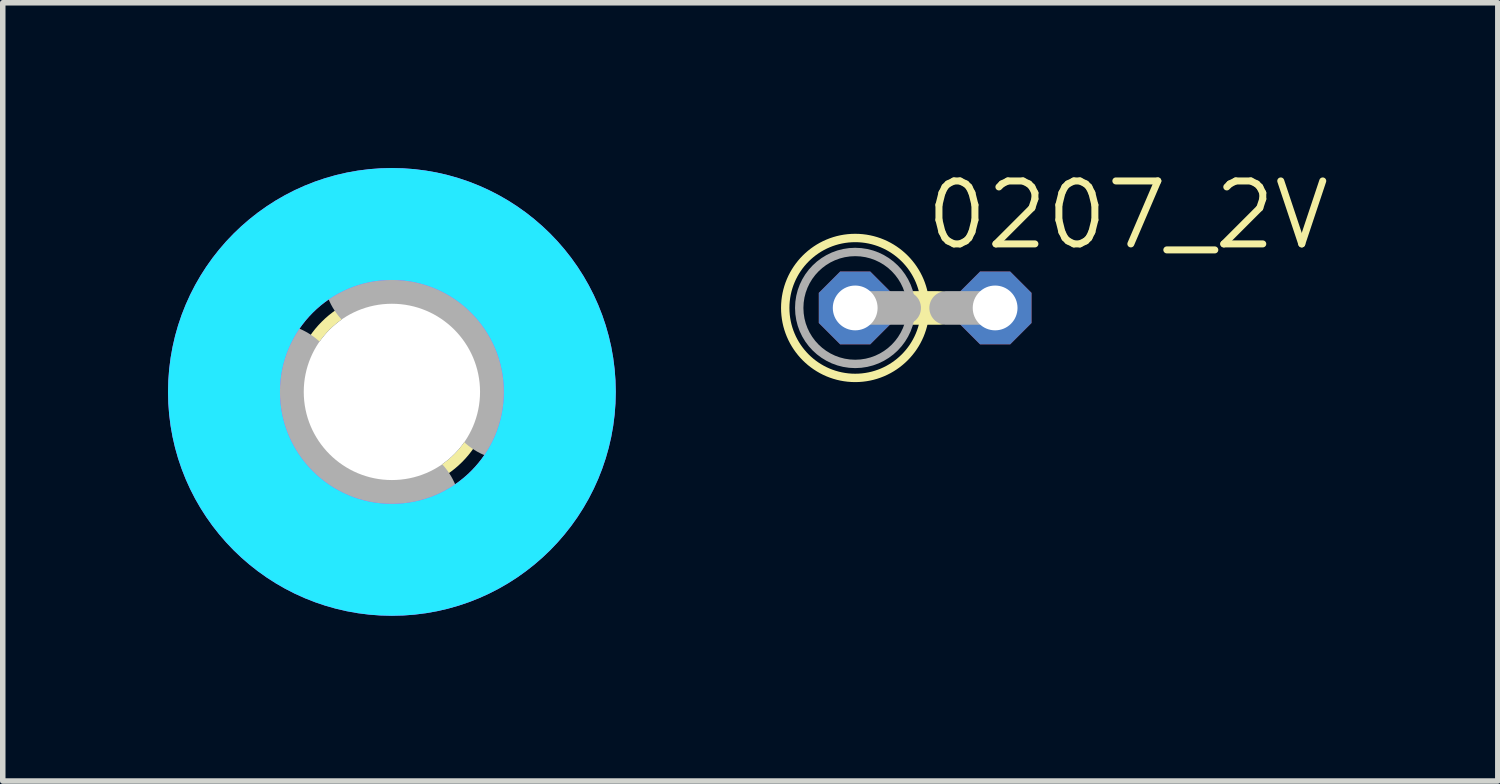
<source format=kicad_pcb>
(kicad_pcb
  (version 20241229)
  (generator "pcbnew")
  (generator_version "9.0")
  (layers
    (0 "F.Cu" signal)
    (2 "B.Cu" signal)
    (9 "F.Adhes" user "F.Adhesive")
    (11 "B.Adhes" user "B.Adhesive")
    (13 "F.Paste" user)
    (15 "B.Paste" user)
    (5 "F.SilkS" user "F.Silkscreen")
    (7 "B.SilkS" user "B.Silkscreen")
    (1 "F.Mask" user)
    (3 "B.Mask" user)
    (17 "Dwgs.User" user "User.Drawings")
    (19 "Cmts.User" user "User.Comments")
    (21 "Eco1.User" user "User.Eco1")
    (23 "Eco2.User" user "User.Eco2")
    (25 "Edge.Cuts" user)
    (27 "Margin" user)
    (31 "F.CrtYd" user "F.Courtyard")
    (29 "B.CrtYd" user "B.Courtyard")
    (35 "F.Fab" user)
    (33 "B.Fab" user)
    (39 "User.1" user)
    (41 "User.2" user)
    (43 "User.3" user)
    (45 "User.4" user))
  (footprint "0207_2V"
    (layer "F.Cu")
    (at 13.744 2.54)
    (property "Reference" "0207_2V" (at -0.051 -1.016 0) (unlocked yes) (layer "F.SilkS") (effects (font (size 1.143 1.143) (thickness 0.127)) (justify left bottom)))
    (fp_line (start -0.254 0) (end 0.254 0) (stroke (width 0.61) (type solid)) (layer "F.SilkS"))
    (fp_circle (center -1.27 0) (end 0 0) (stroke (width 0.152) (type solid)) (fill no) (layer "F.SilkS"))
    (fp_line (start -1.27 0) (end -0.381 0) (stroke (width 0.61) (type solid)) (layer "F.Fab"))
    (fp_line (start 0.381 0) (end 1.27 0) (stroke (width 0.61) (type solid)) (layer "F.Fab"))
    (fp_circle (center -1.27 0) (end -0.254 0) (stroke (width 0.152) (type solid)) (fill no) (layer "F.Fab"))
    (pad "1" thru_hole roundrect (at -1.27 0) (size 1.321 1.321) (drill 0.813) (layers "*.Cu" "*.Mask") (roundrect_rratio 0.25) (chamfer_ratio 0.293) (chamfer top_left top_right bottom_left bottom_right))
    (pad "2" thru_hole roundrect (at 1.27 0) (size 1.321 1.321) (drill 0.813) (layers "*.Cu" "*.Mask") (roundrect_rratio 0.25) (chamfer_ratio 0.293) (chamfer top_left top_right bottom_left bottom_right)))
  (footprint "3,2"
    (layer "F.Cu")
    (at 4.064 4.064)
    (property "Reference" "3,2" (at 0 0 0) (layer "F.SilkS") (effects (font (size 1.27 1.27) (thickness 0.15))))
    (fp_circle (center 0 0) (end 1.7 0) (stroke (width 0.203) (type solid)) (fill no) (layer "F.SilkS"))
    (fp_circle (center 0 0) (end 3.429 0) (stroke (width 0.152) (type solid)) (fill no) (layer "F.SilkS"))
    (fp_circle (center 0 0) (end 3.048 0) (stroke (width 2.032) (type solid)) (fill no) (layer "B.CrtYd"))
    (fp_circle (center 0 0) (end 3.048 0) (stroke (width 2.032) (type solid)) (fill no) (layer "F.CrtYd"))
    (fp_arc (start 0 -2.159) (mid 1.526644 -1.526644) (end 2.159 0) (stroke (width 2.4892) (type solid)) (layer "F.Fab"))
    (fp_arc (start 0 2.159) (mid -1.526644 1.526644) (end -2.159 0) (stroke (width 2.4892) (type solid)) (layer "F.Fab"))
    (fp_circle (center 0 0) (end 0.762 0) (stroke (width 0.457) (type solid)) (fill no) (layer "F.Fab"))
    (pad "" np_thru_hole circle (at 0 0) (size 3.2 3.2) (drill 3.2) (layers "*.Cu" "*.Mask"))
    (zone (net_name "") (layer "F.Cu") (hatch edge 0.5) (connect_pads) (min_thickness 0.25) (filled_areas_thickness no) (keepout (tracks not_allowed) (vias not_allowed) (pads not_allowed) (copperpour not_allowed) (footprints allowed)) (placement (enabled no)) (fill) (polygon (pts (xy 8.128 4.064) (xy 8.108 3.659) (xy 8.047 3.259) (xy 7.947 2.866) (xy 7.809 2.485) (xy 7.633 2.12) (xy 7.422 1.775) (xy 7.177 1.452) (xy 6.902 1.155) (xy 6.598 0.887) (xy 6.269 0.65) (xy 5.918 0.448) (xy 5.549 0.281) (xy 5.165 0.152) (xy 4.77 0.062) (xy 4.368 0.011) (xy 3.963 0.001) (xy 3.559 0.032) (xy 3.16 0.102) (xy 2.77 0.212) (xy 2.393 0.36) (xy 2.032 0.544) (xy 1.692 0.764) (xy 1.375 1.017) (xy 1.085 1.3) (xy 0.824 1.61) (xy 0.596 1.945) (xy 0.402 2.301) (xy 0.245 2.674) (xy 0.126 3.061) (xy 0.045 3.458) (xy 0.005 3.861) (xy 0.005 4.267) (xy 0.045 4.67) (xy 0.126 5.067) (xy 0.245 5.454) (xy 0.402 5.827) (xy 0.596 6.183) (xy 0.824 6.518) (xy 1.085 6.828) (xy 1.375 7.111) (xy 1.692 7.364) (xy 2.032 7.584) (xy 2.393 7.768) (xy 2.77 7.916) (xy 3.16 8.026) (xy 3.559 8.096) (xy 3.963 8.127) (xy 4.368 8.117) (xy 4.77 8.066) (xy 5.165 7.976) (xy 5.549 7.847) (xy 5.918 7.68) (xy 6.269 7.478) (xy 6.598 7.241) (xy 6.902 6.973) (xy 7.177 6.676) (xy 7.422 6.353) (xy 7.633 6.008) (xy 7.809 5.643) (xy 7.947 5.262) (xy 8.047 4.869) (xy 8.108 4.469))) (polygon (pts (xy 6.096 4.064) (xy 6.076 3.781) (xy 6.017 3.504) (xy 5.92 3.238) (xy 5.787 2.987) (xy 5.621 2.758) (xy 5.424 2.554) (xy 5.2 2.379) (xy 4.955 2.238) (xy 4.692 2.131) (xy 4.417 2.063) (xy 4.135 2.033) (xy 3.852 2.043) (xy 3.572 2.092) (xy 3.303 2.18) (xy 3.048 2.304) (xy 2.813 2.463) (xy 2.602 2.652) (xy 2.42 2.87) (xy 2.27 3.11) (xy 2.155 3.369) (xy 2.076 3.642) (xy 2.037 3.922) (xy 2.037 4.206) (xy 2.076 4.486) (xy 2.155 4.759) (xy 2.27 5.018) (xy 2.42 5.258) (xy 2.602 5.476) (xy 2.813 5.665) (xy 3.048 5.824) (xy 3.303 5.948) (xy 3.572 6.036) (xy 3.852 6.085) (xy 4.135 6.095) (xy 4.417 6.065) (xy 4.692 5.997) (xy 4.955 5.89) (xy 5.2 5.749) (xy 5.424 5.574) (xy 5.621 5.37) (xy 5.787 5.141) (xy 5.92 4.89) (xy 6.017 4.624) (xy 6.076 4.347))))
    (zone (net_name "") (layers "F.Cu" "B.Cu") (hatch edge 0.5) (connect_pads) (min_thickness 0.25) (filled_areas_thickness no) (keepout (tracks allowed) (vias not_allowed) (pads allowed) (copperpour allowed) (footprints allowed)) (placement (enabled no)) (fill) (polygon (pts (xy 8.128 4.064) (xy 8.108 3.659) (xy 8.047 3.259) (xy 7.947 2.866) (xy 7.809 2.485) (xy 7.633 2.12) (xy 7.422 1.775) (xy 7.177 1.452) (xy 6.902 1.155) (xy 6.598 0.887) (xy 6.269 0.65) (xy 5.918 0.448) (xy 5.549 0.281) (xy 5.165 0.152) (xy 4.77 0.062) (xy 4.368 0.011) (xy 3.963 0.001) (xy 3.559 0.032) (xy 3.16 0.102) (xy 2.77 0.212) (xy 2.393 0.36) (xy 2.032 0.544) (xy 1.692 0.764) (xy 1.375 1.017) (xy 1.085 1.3) (xy 0.824 1.61) (xy 0.596 1.945) (xy 0.402 2.301) (xy 0.245 2.674) (xy 0.126 3.061) (xy 0.045 3.458) (xy 0.005 3.861) (xy 0.005 4.267) (xy 0.045 4.67) (xy 0.126 5.067) (xy 0.245 5.454) (xy 0.402 5.827) (xy 0.596 6.183) (xy 0.824 6.518) (xy 1.085 6.828) (xy 1.375 7.111) (xy 1.692 7.364) (xy 2.032 7.584) (xy 2.393 7.768) (xy 2.77 7.916) (xy 3.16 8.026) (xy 3.559 8.096) (xy 3.963 8.127) (xy 4.368 8.117) (xy 4.77 8.066) (xy 5.165 7.976) (xy 5.549 7.847) (xy 5.918 7.68) (xy 6.269 7.478) (xy 6.598 7.241) (xy 6.902 6.973) (xy 7.177 6.676) (xy 7.422 6.353) (xy 7.633 6.008) (xy 7.809 5.643) (xy 7.947 5.262) (xy 8.047 4.869) (xy 8.108 4.469))) (polygon (pts (xy 6.096 4.064) (xy 6.076 3.781) (xy 6.017 3.504) (xy 5.92 3.238) (xy 5.787 2.987) (xy 5.621 2.758) (xy 5.424 2.554) (xy 5.2 2.379) (xy 4.955 2.238) (xy 4.692 2.131) (xy 4.417 2.063) (xy 4.135 2.033) (xy 3.852 2.043) (xy 3.572 2.092) (xy 3.303 2.18) (xy 3.048 2.304) (xy 2.813 2.463) (xy 2.602 2.652) (xy 2.42 2.87) (xy 2.27 3.11) (xy 2.155 3.369) (xy 2.076 3.642) (xy 2.037 3.922) (xy 2.037 4.206) (xy 2.076 4.486) (xy 2.155 4.759) (xy 2.27 5.018) (xy 2.42 5.258) (xy 2.602 5.476) (xy 2.813 5.665) (xy 3.048 5.824) (xy 3.303 5.948) (xy 3.572 6.036) (xy 3.852 6.085) (xy 4.135 6.095) (xy 4.417 6.065) (xy 4.692 5.997) (xy 4.955 5.89) (xy 5.2 5.749) (xy 5.424 5.574) (xy 5.621 5.37) (xy 5.787 5.141) (xy 5.92 4.89) (xy 6.017 4.624) (xy 6.076 4.347))))
    (zone (net_name "") (layer "B.Cu") (hatch edge 0.5) (connect_pads) (min_thickness 0.25) (filled_areas_thickness no) (keepout (tracks not_allowed) (vias not_allowed) (pads not_allowed) (copperpour not_allowed) (footprints allowed)) (placement (enabled no)) (fill) (polygon (pts (xy 8.128 4.064) (xy 8.108 3.659) (xy 8.047 3.259) (xy 7.947 2.866) (xy 7.809 2.485) (xy 7.633 2.12) (xy 7.422 1.775) (xy 7.177 1.452) (xy 6.902 1.155) (xy 6.598 0.887) (xy 6.269 0.65) (xy 5.918 0.448) (xy 5.549 0.281) (xy 5.165 0.152) (xy 4.77 0.062) (xy 4.368 0.011) (xy 3.963 0.001) (xy 3.559 0.032) (xy 3.16 0.102) (xy 2.77 0.212) (xy 2.393 0.36) (xy 2.032 0.544) (xy 1.692 0.764) (xy 1.375 1.017) (xy 1.085 1.3) (xy 0.824 1.61) (xy 0.596 1.945) (xy 0.402 2.301) (xy 0.245 2.674) (xy 0.126 3.061) (xy 0.045 3.458) (xy 0.005 3.861) (xy 0.005 4.267) (xy 0.045 4.67) (xy 0.126 5.067) (xy 0.245 5.454) (xy 0.402 5.827) (xy 0.596 6.183) (xy 0.824 6.518) (xy 1.085 6.828) (xy 1.375 7.111) (xy 1.692 7.364) (xy 2.032 7.584) (xy 2.393 7.768) (xy 2.77 7.916) (xy 3.16 8.026) (xy 3.559 8.096) (xy 3.963 8.127) (xy 4.368 8.117) (xy 4.77 8.066) (xy 5.165 7.976) (xy 5.549 7.847) (xy 5.918 7.68) (xy 6.269 7.478) (xy 6.598 7.241) (xy 6.902 6.973) (xy 7.177 6.676) (xy 7.422 6.353) (xy 7.633 6.008) (xy 7.809 5.643) (xy 7.947 5.262) (xy 8.047 4.869) (xy 8.108 4.469))) (polygon (pts (xy 6.096 4.064) (xy 6.076 3.781) (xy 6.017 3.504) (xy 5.92 3.238) (xy 5.787 2.987) (xy 5.621 2.758) (xy 5.424 2.554) (xy 5.2 2.379) (xy 4.955 2.238) (xy 4.692 2.131) (xy 4.417 2.063) (xy 4.135 2.033) (xy 3.852 2.043) (xy 3.572 2.092) (xy 3.303 2.18) (xy 3.048 2.304) (xy 2.813 2.463) (xy 2.602 2.652) (xy 2.42 2.87) (xy 2.27 3.11) (xy 2.155 3.369) (xy 2.076 3.642) (xy 2.037 3.922) (xy 2.037 4.206) (xy 2.076 4.486) (xy 2.155 4.759) (xy 2.27 5.018) (xy 2.42 5.258) (xy 2.602 5.476) (xy 2.813 5.665) (xy 3.048 5.824) (xy 3.303 5.948) (xy 3.572 6.036) (xy 3.852 6.085) (xy 4.135 6.095) (xy 4.417 6.065) (xy 4.692 5.997) (xy 4.955 5.89) (xy 5.2 5.749) (xy 5.424 5.574) (xy 5.621 5.37) (xy 5.787 5.141) (xy 5.92 4.89) (xy 6.017 4.624) (xy 6.076 4.347)))))
  (gr_rect
    (start -3 -3)
    (end 24.139 11.128)
    (stroke (width 0.1) (type default))
    (fill no)
    (layer "Edge.Cuts")))
</source>
